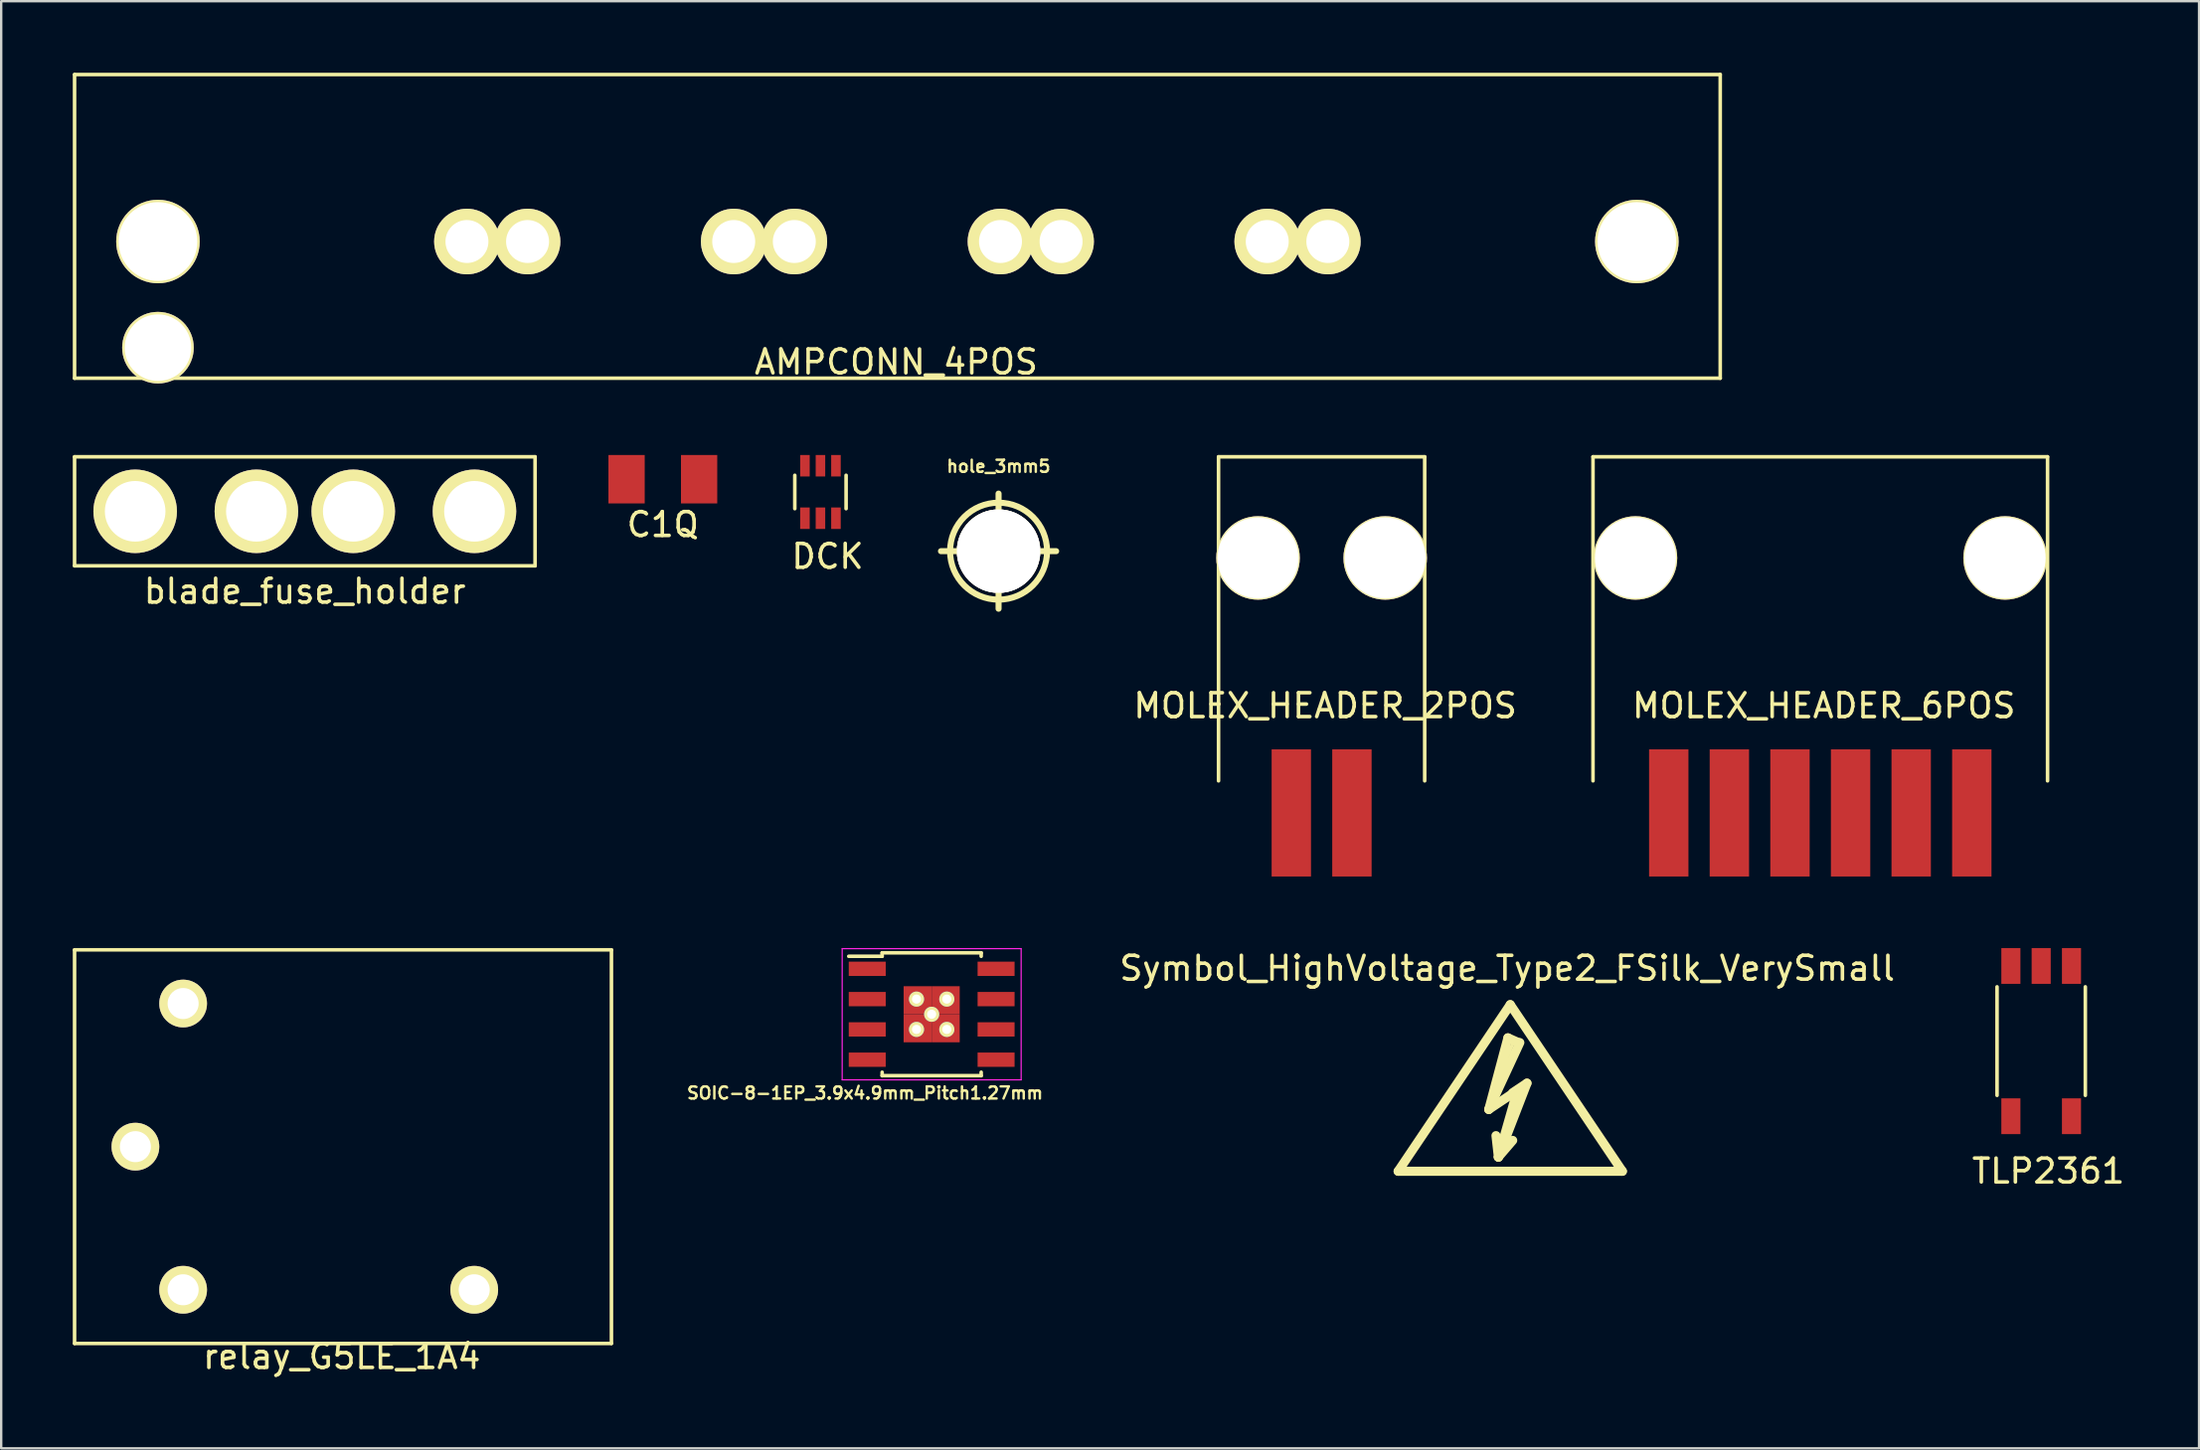
<source format=kicad_pcb>
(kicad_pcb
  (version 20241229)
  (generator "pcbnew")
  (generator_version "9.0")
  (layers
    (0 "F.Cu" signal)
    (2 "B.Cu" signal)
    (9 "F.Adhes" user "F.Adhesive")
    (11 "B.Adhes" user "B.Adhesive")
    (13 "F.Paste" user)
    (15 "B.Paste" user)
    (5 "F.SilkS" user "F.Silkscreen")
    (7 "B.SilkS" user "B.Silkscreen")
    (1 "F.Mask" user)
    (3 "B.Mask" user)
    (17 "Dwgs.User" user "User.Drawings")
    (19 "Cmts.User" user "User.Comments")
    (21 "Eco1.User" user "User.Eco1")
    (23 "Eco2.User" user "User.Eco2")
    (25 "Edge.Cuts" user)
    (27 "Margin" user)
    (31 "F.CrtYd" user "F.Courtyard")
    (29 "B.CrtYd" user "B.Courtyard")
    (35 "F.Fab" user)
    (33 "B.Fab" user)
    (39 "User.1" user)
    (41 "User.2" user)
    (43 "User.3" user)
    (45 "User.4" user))
  (footprint "DCK"
    (layer "F.Cu")
    (at 31.335 17.575)
    (property "Reference" "DCK" (at 0.3 2.7 0) (layer "F.SilkS") (effects (font (size 1 1) (thickness 0.15))))
    (attr through_hole)
    (fp_line (start -1.075 -0.7) (end -1.075 0.7) (stroke (width 0.15) (type solid)) (layer "F.SilkS"))
    (fp_line (start 1.075 -0.7) (end 1.075 0.7) (stroke (width 0.15) (type solid)) (layer "F.SilkS"))
    (pad "1" smd rect (at -0.65 1.1) (size 0.4 0.9) (layers "F.Cu" "F.Mask" "F.Paste"))
    (pad "2" smd rect (at 0 1.1) (size 0.4 0.9) (layers "F.Cu" "F.Mask" "F.Paste"))
    (pad "3" smd rect (at 0.65 1.1) (size 0.4 0.9) (layers "F.Cu" "F.Mask" "F.Paste"))
    (pad "4" smd rect (at 0.65 -1.1) (size 0.4 0.9) (layers "F.Cu" "F.Mask" "F.Paste"))
    (pad "5" smd rect (at 0 -1.1) (size 0.4 0.9) (layers "F.Cu" "F.Mask" "F.Paste"))
    (pad "6" smd rect (at -0.65 -1.1) (size 0.4 0.9) (layers "F.Cu" "F.Mask" "F.Paste")))
  (footprint "Symbol_HighVoltage_Type2_FSilk_VerySmall"
    (layer "F.Cu")
    (at 60.245 43.258)
    (property "Reference" "Symbol_HighVoltage_Type2_FSilk_VerySmall" (at -0.127 -5.715 0) (layer "F.SilkS") (effects (font (size 1 1) (thickness 0.15))))
    (attr through_hole)
    (fp_line (start -4.699 2.794) (end 0 -4.191) (stroke (width 0.381) (type solid)) (layer "F.SilkS"))
    (fp_line (start -0.899 0.201) (end 0.3 -0.599) (stroke (width 0.381) (type solid)) (layer "F.SilkS"))
    (fp_line (start -0.899 0.201) (end 0.401 -2.601) (stroke (width 0.381) (type solid)) (layer "F.SilkS"))
    (fp_line (start -0.498 2.2) (end -0.599 1.3) (stroke (width 0.381) (type solid)) (layer "F.SilkS"))
    (fp_line (start -0.498 2.2) (end 0.102 1.501) (stroke (width 0.381) (type solid)) (layer "F.SilkS"))
    (fp_line (start -0.498 2.2) (end 0.701 -0.899) (stroke (width 0.381) (type solid)) (layer "F.SilkS"))
    (fp_line (start -0.3 -1.6) (end -0.25 -1.5) (stroke (width 0.15) (type solid)) (layer "F.SilkS"))
    (fp_line (start -0.099 -2.799) (end -0.899 0.201) (stroke (width 0.381) (type solid)) (layer "F.SilkS"))
    (fp_line (start 0 -4.191) (end 4.699 2.794) (stroke (width 0.381) (type solid)) (layer "F.SilkS"))
    (fp_line (start 0.1 -2.55) (end -0.3 -1.6) (stroke (width 0.15) (type solid)) (layer "F.SilkS"))
    (fp_line (start 0.3 -0.599) (end -0.498 2.2) (stroke (width 0.381) (type solid)) (layer "F.SilkS"))
    (fp_line (start 0.351 -2.599) (end -0.099 -2.8) (stroke (width 0.381) (type solid)) (layer "F.SilkS"))
    (fp_line (start 0.701 -0.899) (end 0.102 -0.5) (stroke (width 0.381) (type solid)) (layer "F.SilkS"))
    (fp_line (start 4.699 2.794) (end -4.699 2.794) (stroke (width 0.381) (type solid)) (layer "F.SilkS")))
  (footprint "MOLEX_HEADER_2POS"
    (layer "F.Cu")
    (at 52.339 25.685)
    (property "Reference" "MOLEX_HEADER_2POS" (at 0.15 0.85 0) (layer "F.SilkS") (effects (font (size 1 1) (thickness 0.15))))
    (attr through_hole)
    (fp_line (start -4.32 -9.585) (end 4.32 -9.585) (stroke (width 0.15) (type solid)) (layer "F.SilkS"))
    (fp_line (start -4.32 4) (end -4.32 -9.585) (stroke (width 0.15) (type solid)) (layer "F.SilkS"))
    (fp_line (start 4.32 -9.585) (end 4.32 4) (stroke (width 0.15) (type solid)) (layer "F.SilkS"))
    (pad "0" thru_hole circle (at -2.665 -5.345) (size 3.5 3.5) (drill 3.4) (layers "*.Cu" "*.Mask" "F.SilkS"))
    (pad "0" thru_hole circle (at 2.665 -5.345) (size 3.5 3.5) (drill 3.4) (layers "*.Cu" "*.Mask" "F.SilkS"))
    (pad "1" smd rect (at -1.27 5.345) (size 1.65 5.33) (layers "F.Cu" "F.Mask" "F.Paste"))
    (pad "2" smd rect (at 1.27 5.345) (size 1.65 5.33) (layers "F.Cu" "F.Mask" "F.Paste")))
  (footprint "TLP2361"
    (layer "F.Cu")
    (at 82.496 40.595)
    (property "Reference" "TLP2361" (at 0.3 5.45 0) (layer "F.SilkS") (effects (font (size 1 1) (thickness 0.15))))
    (attr through_hole)
    (fp_line (start -1.85 -2.275) (end -1.85 2.275) (stroke (width 0.15) (type solid)) (layer "F.SilkS"))
    (fp_line (start 1.85 -2.275) (end 1.85 2.275) (stroke (width 0.15) (type solid)) (layer "F.SilkS"))
    (pad "1" smd rect (at -1.27 3.15) (size 0.8 1.5) (layers "F.Cu" "F.Mask" "F.Paste"))
    (pad "3" smd rect (at 1.27 3.15) (size 0.8 1.5) (layers "F.Cu" "F.Mask" "F.Paste"))
    (pad "4" smd rect (at 1.27 -3.15) (size 0.8 1.5) (layers "F.Cu" "F.Mask" "F.Paste"))
    (pad "5" smd rect (at 0 -3.15) (size 0.8 1.5) (layers "F.Cu" "F.Mask" "F.Paste"))
    (pad "6" smd rect (at -1.27 -3.15) (size 0.8 1.5) (layers "F.Cu" "F.Mask" "F.Paste")))
  (footprint "C1Q"
    (layer "F.Cu")
    (at 24.73 17.04)
    (property "Reference" "C1Q" (at 0 1.9 0) (layer "F.SilkS") (effects (font (size 1 1) (thickness 0.15))))
    (attr through_hole)
    (pad "1" smd rect (at 1.52 0) (size 1.52 2.03) (layers "F.Cu" "F.Mask" "F.Paste"))
    (pad "2" smd rect (at -1.52 0) (size 1.52 2.03) (layers "F.Cu" "F.Mask" "F.Paste")))
  (footprint "MOLEX_HEADER_6POS"
    (layer "F.Cu")
    (at 73.238 25.685)
    (property "Reference" "MOLEX_HEADER_6POS" (at 0.15 0.85 0) (layer "F.SilkS") (effects (font (size 1 1) (thickness 0.15))))
    (attr through_hole)
    (fp_line (start -9.525 -9.585) (end 9.525 -9.585) (stroke (width 0.15) (type solid)) (layer "F.SilkS"))
    (fp_line (start -9.525 4) (end -9.525 -9.585) (stroke (width 0.15) (type solid)) (layer "F.SilkS"))
    (fp_line (start 9.525 -9.585) (end 9.525 4) (stroke (width 0.15) (type solid)) (layer "F.SilkS"))
    (pad "0" thru_hole circle (at -7.745 -5.345) (size 3.5 3.5) (drill 3.4) (layers "*.Cu" "*.Mask" "F.SilkS"))
    (pad "0" thru_hole circle (at 7.745 -5.345) (size 3.5 3.5) (drill 3.4) (layers "*.Cu" "*.Mask" "F.SilkS"))
    (pad "1" smd rect (at -6.35 5.345) (size 1.65 5.33) (layers "F.Cu" "F.Mask" "F.Paste"))
    (pad "2" smd rect (at -3.81 5.345) (size 1.65 5.33) (layers "F.Cu" "F.Mask" "F.Paste"))
    (pad "3" smd rect (at -1.27 5.345) (size 1.65 5.33) (layers "F.Cu" "F.Mask" "F.Paste"))
    (pad "4" smd rect (at 1.27 5.345) (size 1.65 5.33) (layers "F.Cu" "F.Mask" "F.Paste"))
    (pad "5" smd rect (at 3.81 5.345) (size 1.65 5.33) (layers "F.Cu" "F.Mask" "F.Paste"))
    (pad "6" smd rect (at 6.35 5.345) (size 1.65 5.33) (layers "F.Cu" "F.Mask" "F.Paste")))
  (footprint "SOIC-8-1EP_3.9x4.9mm_Pitch1.27mm"
    (layer "F.Cu")
    (at 35.996 39.47)
    (property "Reference" "SOIC-8-1EP_3.9x4.9mm_Pitch1.27mm" (at -2.794 3.302 0) (layer "F.SilkS") (effects (font (size 0.508 0.508) (thickness 0.102))))
    (attr smd)
    (fp_line (start -2.075 -2.575) (end -2.075 -2.43) (stroke (width 0.15) (type solid)) (layer "F.SilkS"))
    (fp_line (start -2.075 -2.575) (end 2.075 -2.575) (stroke (width 0.15) (type solid)) (layer "F.SilkS"))
    (fp_line (start -2.075 -2.43) (end -3.475 -2.43) (stroke (width 0.15) (type solid)) (layer "F.SilkS"))
    (fp_line (start -2.075 2.575) (end -2.075 2.43) (stroke (width 0.15) (type solid)) (layer "F.SilkS"))
    (fp_line (start -2.075 2.575) (end 2.075 2.575) (stroke (width 0.15) (type solid)) (layer "F.SilkS"))
    (fp_line (start 2.075 -2.575) (end 2.075 -2.43) (stroke (width 0.15) (type solid)) (layer "F.SilkS"))
    (fp_line (start 2.075 2.575) (end 2.075 2.43) (stroke (width 0.15) (type solid)) (layer "F.SilkS"))
    (fp_line (start -3.75 -2.75) (end -3.75 2.75) (stroke (width 0.05) (type solid)) (layer "F.CrtYd"))
    (fp_line (start -3.75 -2.75) (end 3.75 -2.75) (stroke (width 0.05) (type solid)) (layer "F.CrtYd"))
    (fp_line (start -3.75 2.75) (end 3.75 2.75) (stroke (width 0.05) (type solid)) (layer "F.CrtYd"))
    (fp_line (start 3.75 -2.75) (end 3.75 2.75) (stroke (width 0.05) (type solid)) (layer "F.CrtYd"))
    (pad "1" smd rect (at -2.7 -1.905) (size 1.55 0.6) (layers "F.Cu" "F.Mask" "F.Paste"))
    (pad "2" smd rect (at -2.7 -0.635) (size 1.55 0.6) (layers "F.Cu" "F.Mask" "F.Paste"))
    (pad "3" smd rect (at -2.7 0.635) (size 1.55 0.6) (layers "F.Cu" "F.Mask" "F.Paste"))
    (pad "4" smd rect (at -2.7 1.905) (size 1.55 0.6) (layers "F.Cu" "F.Mask" "F.Paste"))
    (pad "5" smd rect (at 2.7 1.905) (size 1.55 0.6) (layers "F.Cu" "F.Mask" "F.Paste"))
    (pad "6" smd rect (at 2.7 0.635) (size 1.55 0.6) (layers "F.Cu" "F.Mask" "F.Paste"))
    (pad "7" smd rect (at 2.7 -0.635) (size 1.55 0.6) (layers "F.Cu" "F.Mask" "F.Paste"))
    (pad "8" smd rect (at 2.7 -1.905) (size 1.55 0.6) (layers "F.Cu" "F.Mask" "F.Paste"))
    (pad "9" thru_hole circle (at -0.635 -0.635) (size 0.635 0.635) (drill 0.381) (layers "*.Cu" "*.Mask" "F.SilkS"))
    (pad "9" thru_hole circle (at -0.635 0.635) (size 0.635 0.635) (drill 0.381) (layers "*.Cu" "*.Mask" "F.SilkS"))
    (pad "9" smd rect (at -0.588 -0.588) (size 1.175 1.175) (layers "F.Cu" "F.Mask" "F.Paste"))
    (pad "9" smd rect (at -0.588 0.588) (size 1.175 1.175) (layers "F.Cu" "F.Mask" "F.Paste"))
    (pad "9" thru_hole circle (at 0 0) (size 0.635 0.635) (drill 0.381) (layers "*.Cu" "*.Mask" "F.SilkS"))
    (pad "9" smd rect (at 0.588 -0.588) (size 1.175 1.175) (layers "F.Cu" "F.Mask" "F.Paste"))
    (pad "9" smd rect (at 0.588 0.588) (size 1.175 1.175) (layers "F.Cu" "F.Mask" "F.Paste"))
    (pad "9" thru_hole circle (at 0.635 -0.635) (size 0.635 0.635) (drill 0.381) (layers "*.Cu" "*.Mask" "F.SilkS"))
    (pad "9" thru_hole circle (at 0.635 0.635) (size 0.635 0.635) (drill 0.381) (layers "*.Cu" "*.Mask" "F.SilkS")))
  (footprint "blade_fuse_holder"
    (layer "F.Cu")
    (at 9.725 18.385)
    (property "Reference" "blade_fuse_holder" (at 0 3.35 0) (layer "F.SilkS") (effects (font (size 1 1) (thickness 0.15))))
    (attr through_hole)
    (fp_line (start -9.65 -2.285) (end 9.65 -2.285) (stroke (width 0.15) (type solid)) (layer "F.SilkS"))
    (fp_line (start -9.65 2.285) (end -9.65 -2.285) (stroke (width 0.15) (type solid)) (layer "F.SilkS"))
    (fp_line (start 9.65 -2.285) (end 9.65 2.285) (stroke (width 0.15) (type solid)) (layer "F.SilkS"))
    (fp_line (start 9.65 2.285) (end -9.65 2.285) (stroke (width 0.15) (type solid)) (layer "F.SilkS"))
    (pad "1" thru_hole circle (at -7.11 0) (size 3.5 3.5) (drill 2.54) (layers "*.Cu" "*.Mask" "F.SilkS"))
    (pad "1" thru_hole circle (at -2.03 0) (size 3.5 3.5) (drill 2.54) (layers "*.Cu" "*.Mask" "F.SilkS"))
    (pad "2" thru_hole circle (at 2.03 0) (size 3.5 3.5) (drill 2.54) (layers "*.Cu" "*.Mask" "F.SilkS"))
    (pad "2" thru_hole circle (at 7.11 0) (size 3.5 3.5) (drill 2.54) (layers "*.Cu" "*.Mask" "F.SilkS")))
  (footprint "AMPCONN_4POS"
    (layer "F.Cu")
    (at 34.56 7.075)
    (property "Reference" "AMPCONN_4POS" (at -0.05 5.05 0) (layer "F.SilkS") (effects (font (size 1 1) (thickness 0.15))))
    (attr through_hole)
    (fp_line (start -34.485 5.73) (end -34.485 -7) (stroke (width 0.15) (type solid)) (layer "F.SilkS"))
    (fp_line (start 34.485 -7) (end -34.485 -7) (stroke (width 0.15) (type solid)) (layer "F.SilkS"))
    (fp_line (start 34.485 -7) (end 34.485 5.73) (stroke (width 0.15) (type solid)) (layer "F.SilkS"))
    (fp_line (start 34.485 5.73) (end -34.485 5.73) (stroke (width 0.15) (type solid)) (layer "F.SilkS"))
    (pad "0" thru_hole circle (at -30.99 0) (size 3.5 3.5) (drill 3.3) (layers "*.Cu" "*.Mask" "F.SilkS"))
    (pad "0" thru_hole circle (at -30.99 4.45) (size 3 3) (drill 2.79) (layers "*.Cu" "*.Mask" "F.SilkS"))
    (pad "0" thru_hole circle (at 30.99 0) (size 3.5 3.5) (drill 3.3) (layers "*.Cu" "*.Mask" "F.SilkS"))
    (pad "1" thru_hole circle (at -18.04 0) (size 2.75 2.75) (drill 1.8) (layers "*.Cu" "*.Mask" "F.SilkS"))
    (pad "1" thru_hole circle (at -15.5 0) (size 2.75 2.75) (drill 1.8) (layers "*.Cu" "*.Mask" "F.SilkS"))
    (pad "2" thru_hole circle (at -6.86 0) (size 2.75 2.75) (drill 1.8) (layers "*.Cu" "*.Mask" "F.SilkS"))
    (pad "2" thru_hole circle (at -4.32 0) (size 2.75 2.75) (drill 1.8) (layers "*.Cu" "*.Mask" "F.SilkS"))
    (pad "3" thru_hole circle (at 4.32 0) (size 2.75 2.75) (drill 1.8) (layers "*.Cu" "*.Mask" "F.SilkS"))
    (pad "3" thru_hole circle (at 6.86 0) (size 2.75 2.75) (drill 1.8) (layers "*.Cu" "*.Mask" "F.SilkS"))
    (pad "4" thru_hole circle (at 15.5 0) (size 2.75 2.75) (drill 1.8) (layers "*.Cu" "*.Mask" "F.SilkS"))
    (pad "4" thru_hole circle (at 18.04 0) (size 2.75 2.75) (drill 1.8) (layers "*.Cu" "*.Mask" "F.SilkS")))
  (footprint "hole_3mm5"
    (layer "F.Cu")
    (at 38.8 20.056)
    (property "Reference" "hole_3mm5" (at 0 -3.556 0) (layer "F.SilkS") (effects (font (size 0.508 0.508) (thickness 0.102))))
    (attr through_hole)
    (fp_line (start -2.413 0) (end 2.413 0) (stroke (width 0.254) (type solid)) (layer "F.SilkS"))
    (fp_line (start 0 -2.413) (end 0 2.413) (stroke (width 0.254) (type solid)) (layer "F.SilkS"))
    (fp_circle (center 0 0) (end 2.032 0) (stroke (width 0.254) (type solid)) (fill no) (layer "F.SilkS"))
    (pad "1" thru_hole circle (at 0 0) (size 3.5 3.5) (drill 3.5) (layers "*.Cu" "F.SilkS")))
  (footprint "relay_G5LE_1A4"
    (layer "F.Cu")
    (at 10.725 45.02)
    (property "Reference" "relay_G5LE_1A4" (at 0.55 8.8 0) (layer "F.SilkS") (effects (font (size 1 1) (thickness 0.15))))
    (attr through_hole)
    (fp_line (start -10.65 -8.25) (end 11.85 -8.25) (stroke (width 0.15) (type solid)) (layer "F.SilkS"))
    (fp_line (start -10.65 8.25) (end -10.65 -8.25) (stroke (width 0.15) (type solid)) (layer "F.SilkS"))
    (fp_line (start 11.85 -8.25) (end 11.85 8.25) (stroke (width 0.15) (type solid)) (layer "F.SilkS"))
    (fp_line (start 11.85 8.25) (end -10.65 8.25) (stroke (width 0.15) (type solid)) (layer "F.SilkS"))
    (pad "1" thru_hole circle (at -8.1 0) (size 2 2) (drill 1.3) (layers "*.Cu" "*.Mask" "F.SilkS"))
    (pad "2" thru_hole circle (at -6.1 6) (size 2 2) (drill 1.3) (layers "*.Cu" "*.Mask" "F.SilkS"))
    (pad "3" thru_hole circle (at 6.1 6) (size 2 2) (drill 1.3) (layers "*.Cu" "*.Mask" "F.SilkS"))
    (pad "5" thru_hole circle (at -6.1 -6) (size 2 2) (drill 1.3) (layers "*.Cu" "*.Mask" "F.SilkS")))
  (gr_rect
    (start -3 -3)
    (end 89.112 57.668)
    (stroke (width 0.1) (type default))
    (fill no)
    (layer "Edge.Cuts")))
</source>
